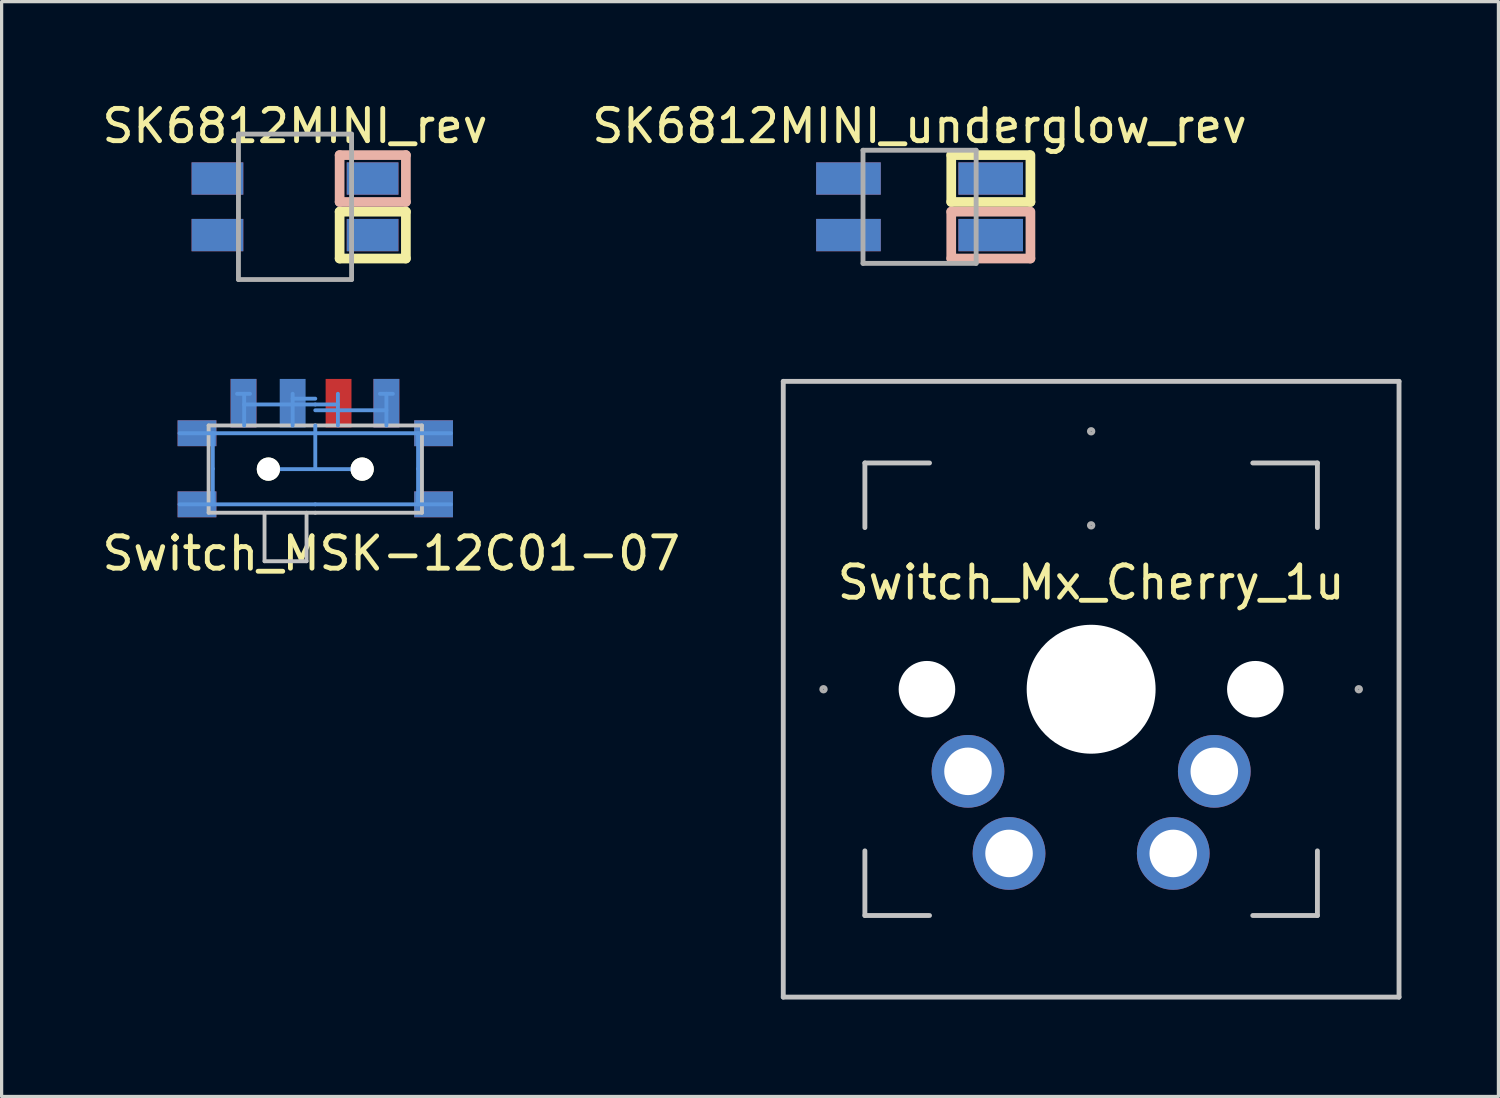
<source format=kicad_pcb>
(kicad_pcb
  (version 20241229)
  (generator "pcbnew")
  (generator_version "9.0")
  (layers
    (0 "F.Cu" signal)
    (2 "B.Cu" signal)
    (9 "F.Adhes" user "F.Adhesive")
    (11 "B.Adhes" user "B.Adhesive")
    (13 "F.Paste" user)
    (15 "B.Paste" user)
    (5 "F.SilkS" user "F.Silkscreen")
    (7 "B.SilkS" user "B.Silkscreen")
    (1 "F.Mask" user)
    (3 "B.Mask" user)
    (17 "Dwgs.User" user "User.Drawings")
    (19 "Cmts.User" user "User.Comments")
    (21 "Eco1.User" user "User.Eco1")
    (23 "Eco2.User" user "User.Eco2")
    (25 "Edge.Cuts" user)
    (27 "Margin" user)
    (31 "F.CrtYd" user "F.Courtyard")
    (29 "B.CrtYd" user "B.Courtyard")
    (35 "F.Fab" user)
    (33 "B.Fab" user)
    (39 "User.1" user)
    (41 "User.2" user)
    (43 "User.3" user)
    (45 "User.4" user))
  (footprint "Switch_MSK-12C01-07"
    (layer "F.Cu")
    (at 6.704 11.463)
    (property "Reference" "Switch_MSK-12C01-07" (at 2.35 2.61 0) (layer "F.SilkS") (effects (font (size 1 1) (thickness 0.15))))
    (attr through_hole)
    (fp_line (start -3.3 -1.35) (end -3.3 1.35) (stroke (width 0.12) (type solid)) (layer "Dwgs.User"))
    (fp_line (start -3.3 -1.35) (end 0 -1.35) (stroke (width 0.12) (type solid)) (layer "Dwgs.User"))
    (fp_line (start -3.3 1.35) (end 0 1.35) (stroke (width 0.12) (type solid)) (layer "Dwgs.User"))
    (fp_line (start -1.57 1.35) (end -1.57 2.85) (stroke (width 0.12) (type solid)) (layer "Dwgs.User"))
    (fp_line (start -1.57 2.85) (end -0.27 2.85) (stroke (width 0.12) (type solid)) (layer "Dwgs.User"))
    (fp_line (start -0.27 1.35) (end -0.27 2.85) (stroke (width 0.12) (type solid)) (layer "Dwgs.User"))
    (fp_line (start 0 -1.35) (end 3.3 -1.35) (stroke (width 0.12) (type solid)) (layer "Dwgs.User"))
    (fp_line (start 0 1.35) (end 3.3 1.35) (stroke (width 0.12) (type solid)) (layer "Dwgs.User"))
    (fp_line (start 3.3 -1.35) (end 3.3 1.35) (stroke (width 0.12) (type solid)) (layer "Dwgs.User"))
    (fp_line (start -4.2 -1.11) (end 0 -1.11) (stroke (width 0.12) (type solid)) (layer "Cmts.User"))
    (fp_line (start -4.2 1.09) (end 0 1.09) (stroke (width 0.12) (type solid)) (layer "Cmts.User"))
    (fp_line (start -3.17 -1.11) (end -3.17 -0.01) (stroke (width 0.12) (type solid)) (layer "Cmts.User"))
    (fp_line (start -3.17 -0.01) (end -3.17 1.09) (stroke (width 0.12) (type solid)) (layer "Cmts.User"))
    (fp_line (start -2.42 -2.33) (end -2.02 -2.33) (stroke (width 0.12) (type solid)) (layer "Cmts.User"))
    (fp_line (start -2.2 -2.33) (end -2.2 -1.35) (stroke (width 0.12) (type solid)) (layer "Cmts.User"))
    (fp_line (start -1.45 0) (end 0 0) (stroke (width 0.12) (type solid)) (layer "Cmts.User"))
    (fp_line (start -0.7 -2.18) (end 0 -2.18) (stroke (width 0.12) (type solid)) (layer "Cmts.User"))
    (fp_line (start -0.7 -1.35) (end -0.7 -2.33) (stroke (width 0.12) (type solid)) (layer "Cmts.User"))
    (fp_line (start 0 -2) (end -2.2 -2) (stroke (width 0.12) (type solid)) (layer "Cmts.User"))
    (fp_line (start 0 -2) (end 0.7 -2) (stroke (width 0.12) (type solid)) (layer "Cmts.User"))
    (fp_line (start 0 -1.35) (end 0 0) (stroke (width 0.12) (type solid)) (layer "Cmts.User"))
    (fp_line (start 0 -1.11) (end 4.2 -1.11) (stroke (width 0.12) (type solid)) (layer "Cmts.User"))
    (fp_line (start 0 0) (end 1.45 0) (stroke (width 0.12) (type solid)) (layer "Cmts.User"))
    (fp_line (start 0 1.09) (end 4.2 1.09) (stroke (width 0.12) (type solid)) (layer "Cmts.User"))
    (fp_line (start 0.7 -2.33) (end 0.7 -1.35) (stroke (width 0.12) (type solid)) (layer "Cmts.User"))
    (fp_line (start 2 -2.33) (end 2.4 -2.33) (stroke (width 0.12) (type solid)) (layer "Cmts.User"))
    (fp_line (start 2.2 -2.33) (end 2.2 -1.35) (stroke (width 0.12) (type solid)) (layer "Cmts.User"))
    (fp_line (start 2.2 -1.82) (end 0 -1.82) (stroke (width 0.12) (type solid)) (layer "Cmts.User"))
    (fp_line (start 3.18 -1.11) (end 3.18 -0.01) (stroke (width 0.12) (type solid)) (layer "Cmts.User"))
    (fp_line (start 3.18 -0.01) (end 3.18 1.09) (stroke (width 0.12) (type solid)) (layer "Cmts.User"))
    (pad "" np_thru_hole circle (at -1.45 0) (size 0.72 0.72) (drill 0.72) (layers "*.Cu" "*.Mask" "F.SilkS"))
    (pad "" np_thru_hole circle (at 1.45 0) (size 0.72 0.72) (drill 0.72) (layers "*.Cu" "*.Mask" "F.SilkS"))
    (pad "1" smd rect (at -2.22 -2.04) (size 0.8 1.5) (layers "F.Cu" "F.Mask" "F.Paste"))
    (pad "1" smd rect (at 2.2 -2.04) (size 0.8 1.5) (layers "B.Cu" "B.Mask" "B.Paste"))
    (pad "2" smd rect (at -0.7 -2.04) (size 0.8 1.5) (layers "B.Cu" "B.Mask" "B.Paste"))
    (pad "2" smd rect (at 0.72 -2.04) (size 0.8 1.5) (layers "F.Cu" "F.Mask" "F.Paste"))
    (pad "3" smd rect (at -2.22 -2.04) (size 0.8 1.5) (layers "B.Cu" "B.Mask" "B.Paste"))
    (pad "3" smd rect (at 2.2 -2.04) (size 0.8 1.5) (layers "F.Cu" "F.Mask" "F.Paste"))
    (pad "4" smd rect (at -3.66 -1.11) (size 1.2 0.8) (layers "F.Cu" "F.Mask" "F.Paste"))
    (pad "4" smd rect (at -3.66 -1.11) (size 1.2 0.8) (layers "B.Cu" "B.Mask" "B.Paste"))
    (pad "4" smd rect (at -3.66 1.09) (size 1.2 0.8) (layers "F.Cu" "F.Mask" "F.Paste"))
    (pad "4" smd rect (at -3.66 1.09) (size 1.2 0.8) (layers "B.Cu" "B.Mask" "B.Paste"))
    (pad "4" smd rect (at 3.66 -1.11) (size 1.2 0.8) (layers "F.Cu" "F.Mask" "F.Paste"))
    (pad "4" smd rect (at 3.66 -1.11) (size 1.2 0.8) (layers "B.Cu" "B.Mask" "B.Paste"))
    (pad "4" smd rect (at 3.66 1.09) (size 1.2 0.8) (layers "F.Cu" "F.Mask" "F.Paste"))
    (pad "4" smd rect (at 3.66 1.09) (size 1.2 0.8) (layers "B.Cu" "B.Mask" "B.Paste")))
  (footprint "SK6812MINI_rev"
    (layer "F.Cu")
    (at 6.077 3.348)
    (property "Reference" "SK6812MINI_rev" (at 0 -2.5 0) (layer "F.SilkS") (effects (font (size 1 1) (thickness 0.15))))
    (attr through_hole)
    (fp_line (start 1.38 0.15) (end 3.43 0.15) (stroke (width 0.3) (type solid)) (layer "F.SilkS"))
    (fp_line (start 1.38 1.6) (end 1.38 0.15) (stroke (width 0.3) (type solid)) (layer "F.SilkS"))
    (fp_line (start 3.43 0.15) (end 3.43 1.6) (stroke (width 0.3) (type solid)) (layer "F.SilkS"))
    (fp_line (start 3.43 1.6) (end 1.38 1.6) (stroke (width 0.3) (type solid)) (layer "F.SilkS"))
    (fp_line (start 1.38 -1.6) (end 3.43 -1.6) (stroke (width 0.3) (type solid)) (layer "B.SilkS"))
    (fp_line (start 1.38 -0.15) (end 1.38 -1.6) (stroke (width 0.3) (type solid)) (layer "B.SilkS"))
    (fp_line (start 3.43 -1.6) (end 3.43 -0.15) (stroke (width 0.3) (type solid)) (layer "B.SilkS"))
    (fp_line (start 3.43 -0.15) (end 1.38 -0.15) (stroke (width 0.3) (type solid)) (layer "B.SilkS"))
    (fp_line (start -1.75 -2.25) (end -1.75 2.25) (stroke (width 0.15) (type solid)) (layer "F.Fab"))
    (fp_line (start -1.75 -2.25) (end 1.75 -2.25) (stroke (width 0.15) (type solid)) (layer "F.Fab"))
    (fp_line (start 1.75 -2.25) (end 1.75 2.25) (stroke (width 0.15) (type solid)) (layer "F.Fab"))
    (fp_line (start 1.75 2.25) (end -1.75 2.25) (stroke (width 0.15) (type solid)) (layer "F.Fab"))
    (pad "1" smd rect (at -2.4 -0.875) (size 1.6 1) (layers "B.Cu" "B.Mask" "B.Paste"))
    (pad "1" smd rect (at -2.4 0.875) (size 1.6 1) (layers "F.Cu" "F.Mask" "F.Paste"))
    (pad "2" smd rect (at -2.4 -0.875) (size 1.6 1) (layers "F.Cu" "F.Mask" "F.Paste"))
    (pad "2" smd rect (at -2.4 0.875) (size 1.6 1) (layers "B.Cu" "B.Mask" "B.Paste"))
    (pad "3" smd rect (at 2.4 -0.875) (size 1.6 1) (layers "F.Cu" "F.Mask" "F.Paste"))
    (pad "3" smd rect (at 2.4 0.875) (size 1.6 1) (layers "B.Cu" "B.Mask" "B.Paste"))
    (pad "4" smd rect (at 2.4 -0.875) (size 1.6 1) (layers "B.Cu" "B.Mask" "B.Paste"))
    (pad "4" smd rect (at 2.4 0.875) (size 1.6 1) (layers "F.Cu" "F.Mask" "F.Paste")))
  (footprint "SK6812MINI_underglow_rev"
    (layer "F.Cu")
    (at 25.399 3.348)
    (property "Reference" "SK6812MINI_underglow_rev" (at 0 -2.5 0) (layer "F.SilkS") (effects (font (size 1 1) (thickness 0.15))))
    (attr through_hole)
    (fp_line (start 0.98 -1.6) (end 3.4 -1.6) (stroke (width 0.3) (type solid)) (layer "F.SilkS"))
    (fp_line (start 0.98 -0.15) (end 0.98 -1.6) (stroke (width 0.3) (type solid)) (layer "F.SilkS"))
    (fp_line (start 3.43 -1.6) (end 3.43 -0.15) (stroke (width 0.3) (type solid)) (layer "F.SilkS"))
    (fp_line (start 3.43 -0.15) (end 0.98 -0.15) (stroke (width 0.3) (type solid)) (layer "F.SilkS"))
    (fp_line (start 0.98 0.15) (end 3.4 0.15) (stroke (width 0.3) (type solid)) (layer "B.SilkS"))
    (fp_line (start 0.98 1.6) (end 0.98 0.15) (stroke (width 0.3) (type solid)) (layer "B.SilkS"))
    (fp_line (start 3.43 0.15) (end 3.43 1.6) (stroke (width 0.3) (type solid)) (layer "B.SilkS"))
    (fp_line (start 3.43 1.6) (end 0.98 1.6) (stroke (width 0.3) (type solid)) (layer "B.SilkS"))
    (fp_line (start -1.75 -1.75) (end -1.75 1.75) (stroke (width 0.15) (type solid)) (layer "F.Fab"))
    (fp_line (start -1.75 -1.75) (end 1.75 -1.75) (stroke (width 0.15) (type solid)) (layer "F.Fab"))
    (fp_line (start 1.75 -1.75) (end 1.75 1.75) (stroke (width 0.15) (type solid)) (layer "F.Fab"))
    (fp_line (start 1.75 1.75) (end -1.75 1.75) (stroke (width 0.15) (type solid)) (layer "F.Fab"))
    (pad "1" smd rect (at -2.2 -0.875) (size 2 1) (layers "F.Cu" "F.Mask" "F.Paste"))
    (pad "1" smd rect (at -2.2 0.875) (size 2 1) (layers "B.Cu" "B.Mask" "B.Paste"))
    (pad "2" smd rect (at -2.2 -0.875) (size 2 1) (layers "B.Cu" "B.Mask" "B.Paste"))
    (pad "2" smd rect (at -2.2 0.875) (size 2 1) (layers "F.Cu" "F.Mask" "F.Paste"))
    (pad "3" smd rect (at 2.2 -0.875) (size 2 1) (layers "B.Cu" "B.Mask" "B.Paste"))
    (pad "3" smd rect (at 2.2 0.875) (size 2 1) (layers "F.Cu" "F.Mask" "F.Paste"))
    (pad "4" smd rect (at 2.2 -0.875) (size 2 1) (layers "F.Cu" "F.Mask" "F.Paste"))
    (pad "4" smd rect (at 2.2 0.875) (size 2 1) (layers "B.Cu" "B.Mask" "B.Paste")))
  (footprint "Switch_Mx_Cherry_1u"
    (layer "F.Cu")
    (at 30.707 18.273)
    (property "Reference" "Switch_Mx_Cherry_1u" (at 0 -3.302 0) (layer "F.SilkS") (effects (font (size 1 1) (thickness 0.15))))
    (attr through_hole)
    (fp_line (start -9.525 -9.525) (end 9.525 -9.525) (stroke (width 0.15) (type solid)) (layer "Dwgs.User"))
    (fp_line (start -9.525 9.525) (end -9.525 -9.525) (stroke (width 0.15) (type solid)) (layer "Dwgs.User"))
    (fp_line (start -7 -7) (end -7 -5) (stroke (width 0.15) (type solid)) (layer "Dwgs.User"))
    (fp_line (start -7 7) (end -7 5) (stroke (width 0.15) (type solid)) (layer "Dwgs.User"))
    (fp_line (start -5 -7) (end -7 -7) (stroke (width 0.15) (type solid)) (layer "Dwgs.User"))
    (fp_line (start -5 7) (end -7 7) (stroke (width 0.15) (type solid)) (layer "Dwgs.User"))
    (fp_line (start 5 7) (end 7 7) (stroke (width 0.15) (type solid)) (layer "Dwgs.User"))
    (fp_line (start 7 -7) (end 5 -7) (stroke (width 0.15) (type solid)) (layer "Dwgs.User"))
    (fp_line (start 7 -5) (end 7 -7) (stroke (width 0.15) (type solid)) (layer "Dwgs.User"))
    (fp_line (start 7 7) (end 7 5) (stroke (width 0.15) (type solid)) (layer "Dwgs.User"))
    (fp_line (start 9.525 -9.525) (end 9.525 9.525) (stroke (width 0.15) (type solid)) (layer "Dwgs.User"))
    (fp_line (start 9.525 9.525) (end -9.525 9.525) (stroke (width 0.15) (type solid)) (layer "Dwgs.User"))
    (fp_circle (center -8.28 0) (end -8.28 0.01) (stroke (width 0.12) (type solid)) (fill no) (layer "F.Fab"))
    (fp_circle (center 0 -7.98) (end 0 -7.97) (stroke (width 0.12) (type solid)) (fill no) (layer "F.Fab"))
    (fp_circle (center 0 -5.07) (end 0 -5.06) (stroke (width 0.12) (type solid)) (fill no) (layer "F.Fab"))
    (fp_circle (center 8.28 0) (end 8.28 0.01) (stroke (width 0.12) (type solid)) (fill no) (layer "F.Fab"))
    (pad "" np_thru_hole circle (at -5.08 0 228.1) (size 1.75 1.75) (drill 1.75) (layers "*.Cu" "*.Mask"))
    (pad "" np_thru_hole circle (at 0 0 180) (size 3.988 3.988) (drill 3.988) (layers "*.Cu" "*.Mask"))
    (pad "" np_thru_hole circle (at 5.08 0 228.1) (size 1.75 1.75) (drill 1.75) (layers "*.Cu" "*.Mask"))
    (pad "1" thru_hole circle (at -3.81 2.54) (size 2.25 2.25) (drill 1.47) (layers "*.Cu" "*.Mask"))
    (pad "1" thru_hole circle (at 3.81 2.54) (size 2.25 2.25) (drill 1.47) (layers "*.Cu" "*.Mask"))
    (pad "2" thru_hole circle (at -2.54 5.08) (size 2.25 2.25) (drill 1.47) (layers "*.Cu" "*.Mask"))
    (pad "2" thru_hole circle (at 2.54 5.08) (size 2.25 2.25) (drill 1.47) (layers "*.Cu" "*.Mask")))
  (gr_rect
    (start -3 -3)
    (end 43.307 30.873)
    (stroke (width 0.1) (type default))
    (fill no)
    (layer "Edge.Cuts")))
</source>
